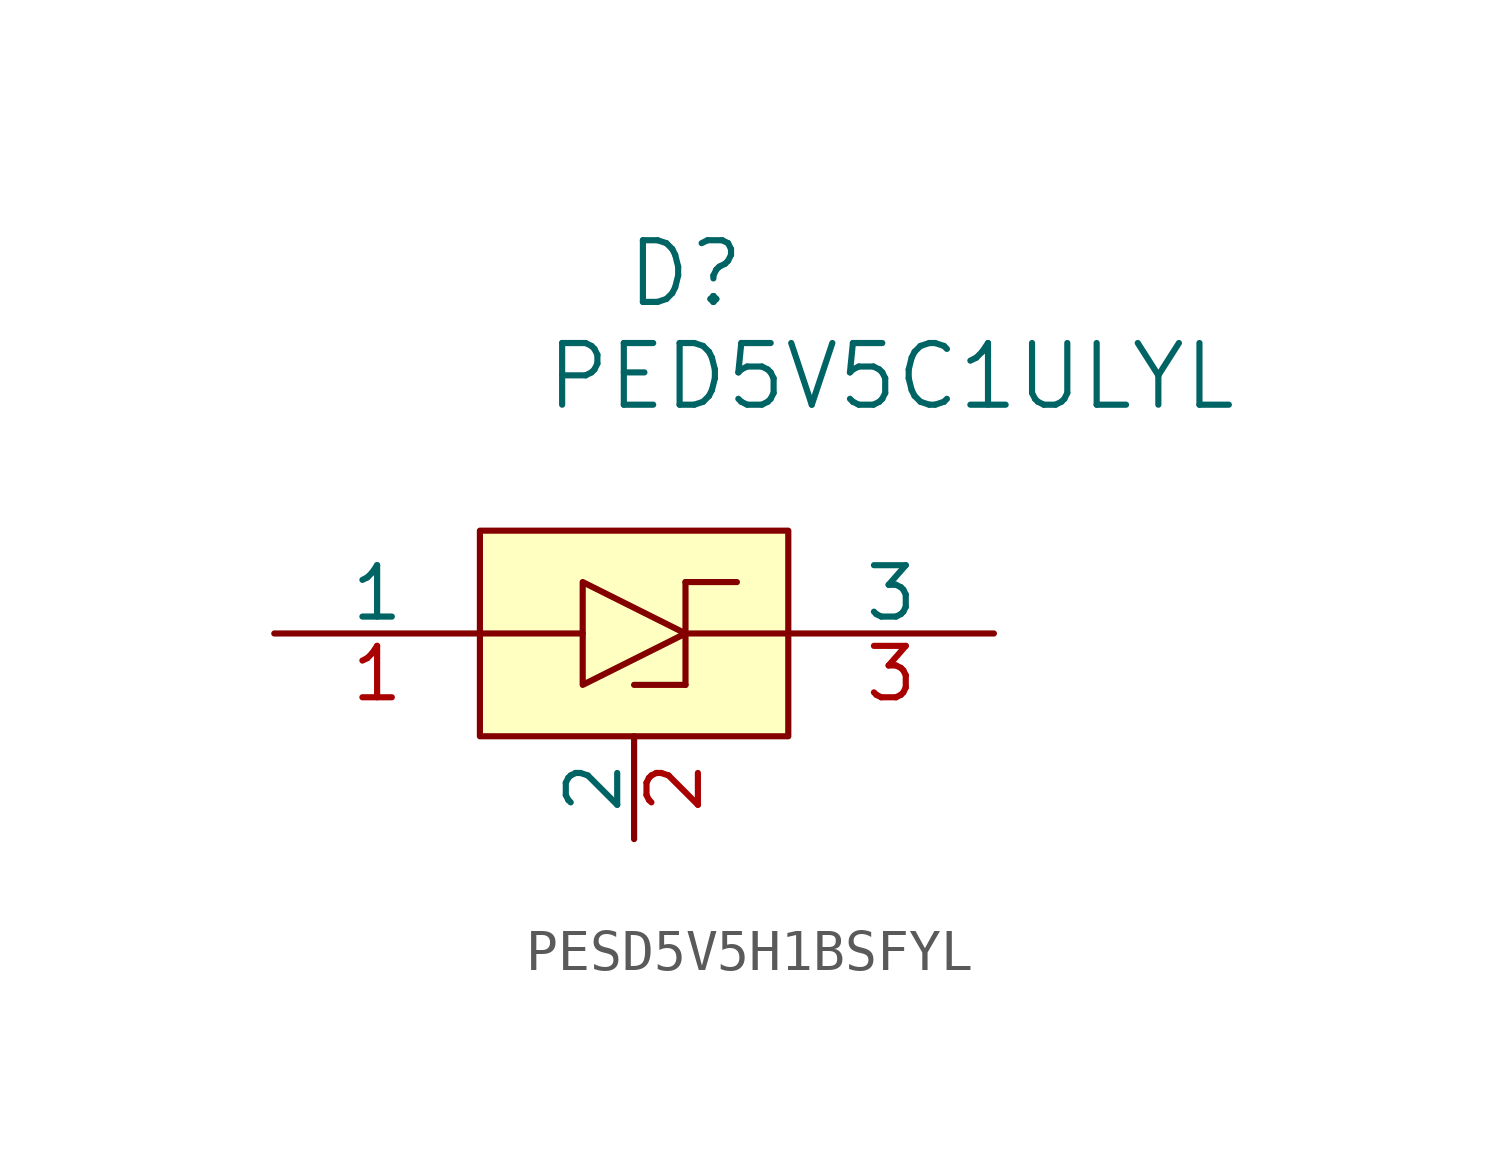
<source format=kicad_sym>
(kicad_symbol_lib
  (version 20231120)
  (generator "kicad_symbol_editor")
  (generator_version "8.0")
  (symbol "PESD5V5H1BSFYL"
    (pin_names
      (offset 0))
    (property "Reference" "D"
      (at 15.24 10.16 0)
      (effects (font (size 1.524 1.524))))
    (property "Value" "PED5V5C1ULYL"
      (at 20.32 7.62 0)
      (effects (font (size 1.524 1.524))))
    (symbol "PESD5V5H1BSFYL_0_1"
      (polyline (pts (xy 15.24 0) (xy 13.97 0)) (stroke (width 0) (type default)) (fill (type none)))
      (polyline (pts (xy 15.24 2.54) (xy 15.24 0)) (stroke (width 0) (type default)) (fill (type none)))
      (polyline (pts (xy 15.24 2.54) (xy 16.51 2.54)) (stroke (width 0) (type default)) (fill (type none)))
      (polyline (pts (xy 12.7 2.54) (xy 12.7 0) (xy 12.7 2.54) (xy 15.24 1.27) (xy 12.7 0)) (stroke (width 0) (type default)) (fill (type none))))
    (symbol "PESD5V5H1BSFYL_1_1"
      (polyline (pts (xy 10.16 1.27) (xy 12.7 1.27)) (stroke (width 0) (type default)) (fill (type none)))
      (polyline (pts (xy 15.24 1.27) (xy 17.78 1.27)) (stroke (width 0) (type default)) (fill (type none)))
      (rectangle (start 10.16 3.81) (end 17.78 -1.27) (stroke (width 0) (type default)) (fill (type background)))
      (pin bidirectional line (at 5.08 1.27 0) (length 5.08) (name "1" (effects (font (size 1.27 1.27)))) (number "1" (effects (font (size 1.27 1.27)))))
      (pin input line (at 13.97 -3.81 90) (length 2.54) (name "2" (effects (font (size 1.27 1.27)))) (number "2" (effects (font (size 1.27 1.27)))))
      (pin bidirectional line (at 22.86 1.27 180) (length 5.08) (name "3" (effects (font (size 1.27 1.27)))) (number "3" (effects (font (size 1.27 1.27))))))))
</source>
